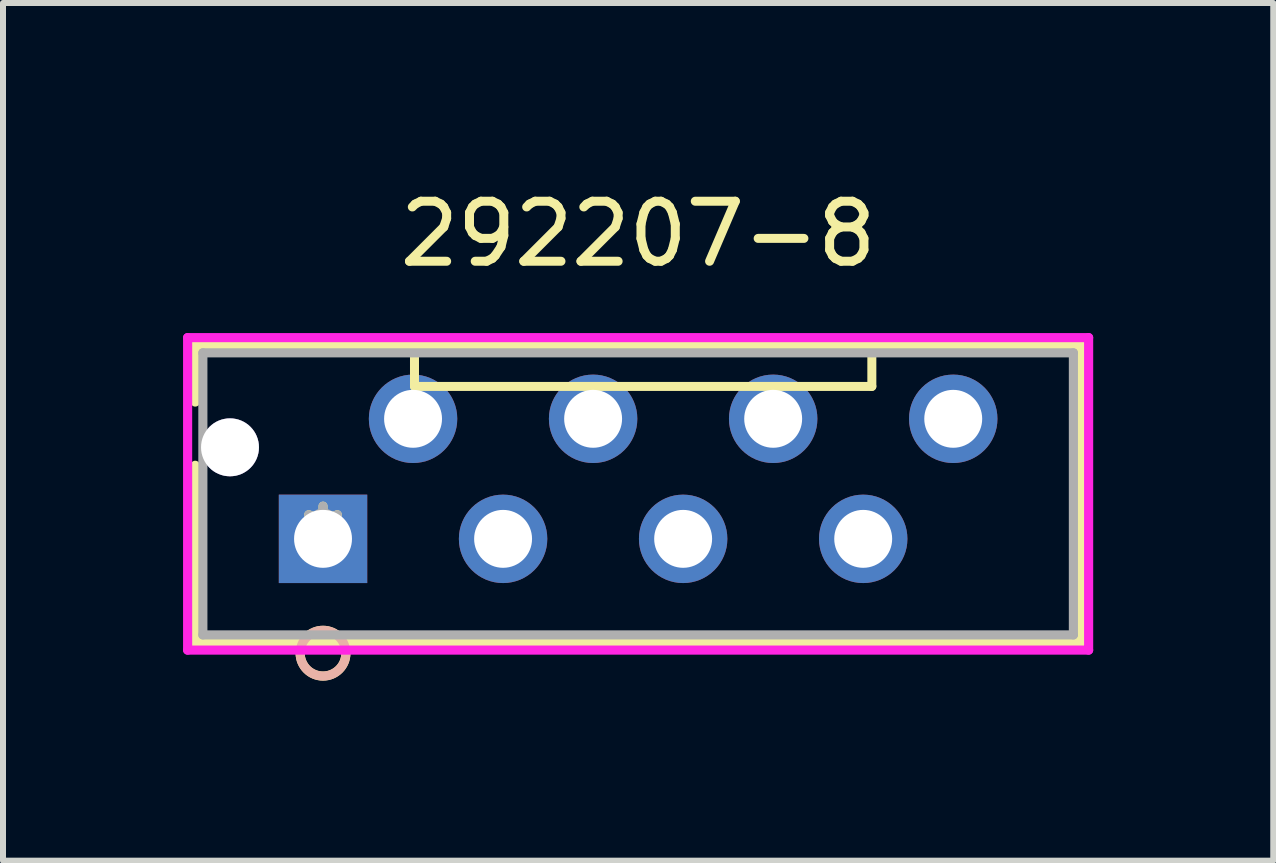
<source format=kicad_pcb>
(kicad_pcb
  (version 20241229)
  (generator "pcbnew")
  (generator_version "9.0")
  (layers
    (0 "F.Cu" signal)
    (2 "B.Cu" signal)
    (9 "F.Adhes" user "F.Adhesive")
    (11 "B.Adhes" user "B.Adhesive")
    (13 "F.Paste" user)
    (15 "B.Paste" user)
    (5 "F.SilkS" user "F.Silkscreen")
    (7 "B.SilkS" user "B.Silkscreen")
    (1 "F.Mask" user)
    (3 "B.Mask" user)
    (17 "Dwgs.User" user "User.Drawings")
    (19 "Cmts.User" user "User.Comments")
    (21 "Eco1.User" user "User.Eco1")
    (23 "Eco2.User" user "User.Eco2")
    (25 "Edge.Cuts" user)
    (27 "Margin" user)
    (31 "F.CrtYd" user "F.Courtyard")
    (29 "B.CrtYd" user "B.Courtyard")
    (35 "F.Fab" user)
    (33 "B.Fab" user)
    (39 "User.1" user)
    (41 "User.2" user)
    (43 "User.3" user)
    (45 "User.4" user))
  (footprint "292207-8"
    (layer "F.Cu")
    (at 2.332 5.928)
    (property "Reference" "292207-8" (at 5.25 -5.08 0) (layer "F.SilkS") (effects (font (size 1 1) (thickness 0.15))))
    (attr through_hole)
    (fp_line (start -2.129 -3.226) (end -2.129 -2.279) (stroke (width 0.152) (type solid)) (layer "F.SilkS"))
    (fp_line (start -2.129 -1.226) (end -2.129 1.727) (stroke (width 0.152) (type solid)) (layer "F.SilkS"))
    (fp_line (start -2.129 1.727) (end 12.629 1.727) (stroke (width 0.152) (type solid)) (layer "F.SilkS"))
    (fp_line (start 1.524 -3.175) (end 1.524 -2.54) (stroke (width 0.15) (type solid)) (layer "F.SilkS"))
    (fp_line (start 1.524 -2.54) (end 9.144 -2.54) (stroke (width 0.15) (type solid)) (layer "F.SilkS"))
    (fp_line (start 9.144 -2.54) (end 9.144 -3.175) (stroke (width 0.15) (type solid)) (layer "F.SilkS"))
    (fp_line (start 12.629 -3.226) (end -2.129 -3.226) (stroke (width 0.152) (type solid)) (layer "F.SilkS"))
    (fp_line (start 12.629 1.727) (end 12.629 -3.226) (stroke (width 0.152) (type solid)) (layer "F.SilkS"))
    (fp_circle (center 0 1.905) (end 0.381 1.905) (stroke (width 0.152) (type solid)) (fill no) (layer "F.SilkS"))
    (fp_circle (center 0 1.905) (end 0.381 1.905) (stroke (width 0.152) (type solid)) (fill no) (layer "B.SilkS"))
    (fp_line (start -2.256 -3.353) (end -2.256 1.854) (stroke (width 0.152) (type solid)) (layer "F.CrtYd"))
    (fp_line (start -2.256 1.854) (end 12.756 1.854) (stroke (width 0.152) (type solid)) (layer "F.CrtYd"))
    (fp_line (start 12.756 -3.353) (end -2.256 -3.353) (stroke (width 0.152) (type solid)) (layer "F.CrtYd"))
    (fp_line (start 12.756 1.854) (end 12.756 -3.353) (stroke (width 0.152) (type solid)) (layer "F.CrtYd"))
    (fp_line (start -2.002 -3.099) (end -2.002 1.6) (stroke (width 0.152) (type solid)) (layer "F.Fab"))
    (fp_line (start -2.002 1.6) (end 12.502 1.6) (stroke (width 0.152) (type solid)) (layer "F.Fab"))
    (fp_line (start 12.502 -3.099) (end -2.002 -3.099) (stroke (width 0.152) (type solid)) (layer "F.Fab"))
    (fp_line (start 12.502 1.6) (end 12.502 -3.099) (stroke (width 0.152) (type solid)) (layer "F.Fab"))
    (fp_circle (center 0 -0.254) (end 0.178 -0.254) (stroke (width 0.152) (type solid)) (fill no) (layer "F.Fab"))
    (fp_text user "*" (at 0 0 0) (layer "F.SilkS") (effects (font (size 1 1) (thickness 0.15))))
    (fp_text user "*" (at 0 0 0) (layer "F.Fab") (effects (font (size 1 1) (thickness 0.15))))
    (pad "1" thru_hole rect (at 0 0 90) (size 1.473 1.473) (drill 0.965) (layers "*.Cu" "*.Mask"))
    (pad "2" thru_hole circle (at 1.5 -2 90) (size 1.473 1.473) (drill 0.965) (layers "*.Cu" "*.Mask"))
    (pad "3" thru_hole circle (at 3 0 90) (size 1.473 1.473) (drill 0.965) (layers "*.Cu" "*.Mask"))
    (pad "4" thru_hole circle (at 4.5 -2 90) (size 1.473 1.473) (drill 0.965) (layers "*.Cu" "*.Mask"))
    (pad "5" thru_hole circle (at 6 0 90) (size 1.473 1.473) (drill 0.965) (layers "*.Cu" "*.Mask"))
    (pad "6" thru_hole circle (at 7.5 -2 90) (size 1.473 1.473) (drill 0.965) (layers "*.Cu" "*.Mask"))
    (pad "7" thru_hole circle (at 9 0 90) (size 1.473 1.473) (drill 0.965) (layers "*.Cu" "*.Mask"))
    (pad "8" thru_hole circle (at 10.5 -2 90) (size 1.473 1.473) (drill 0.965) (layers "*.Cu" "*.Mask"))
    (pad "9" thru_hole circle (at -1.55 -1.525) (size 0.965 0.965) (drill 0.965) (layers "*.Cu" "*.Mask")))
  (gr_rect
    (start -3 -3)
    (end 18.164 11.29)
    (stroke (width 0.1) (type default))
    (fill no)
    (layer "Edge.Cuts")))
</source>
